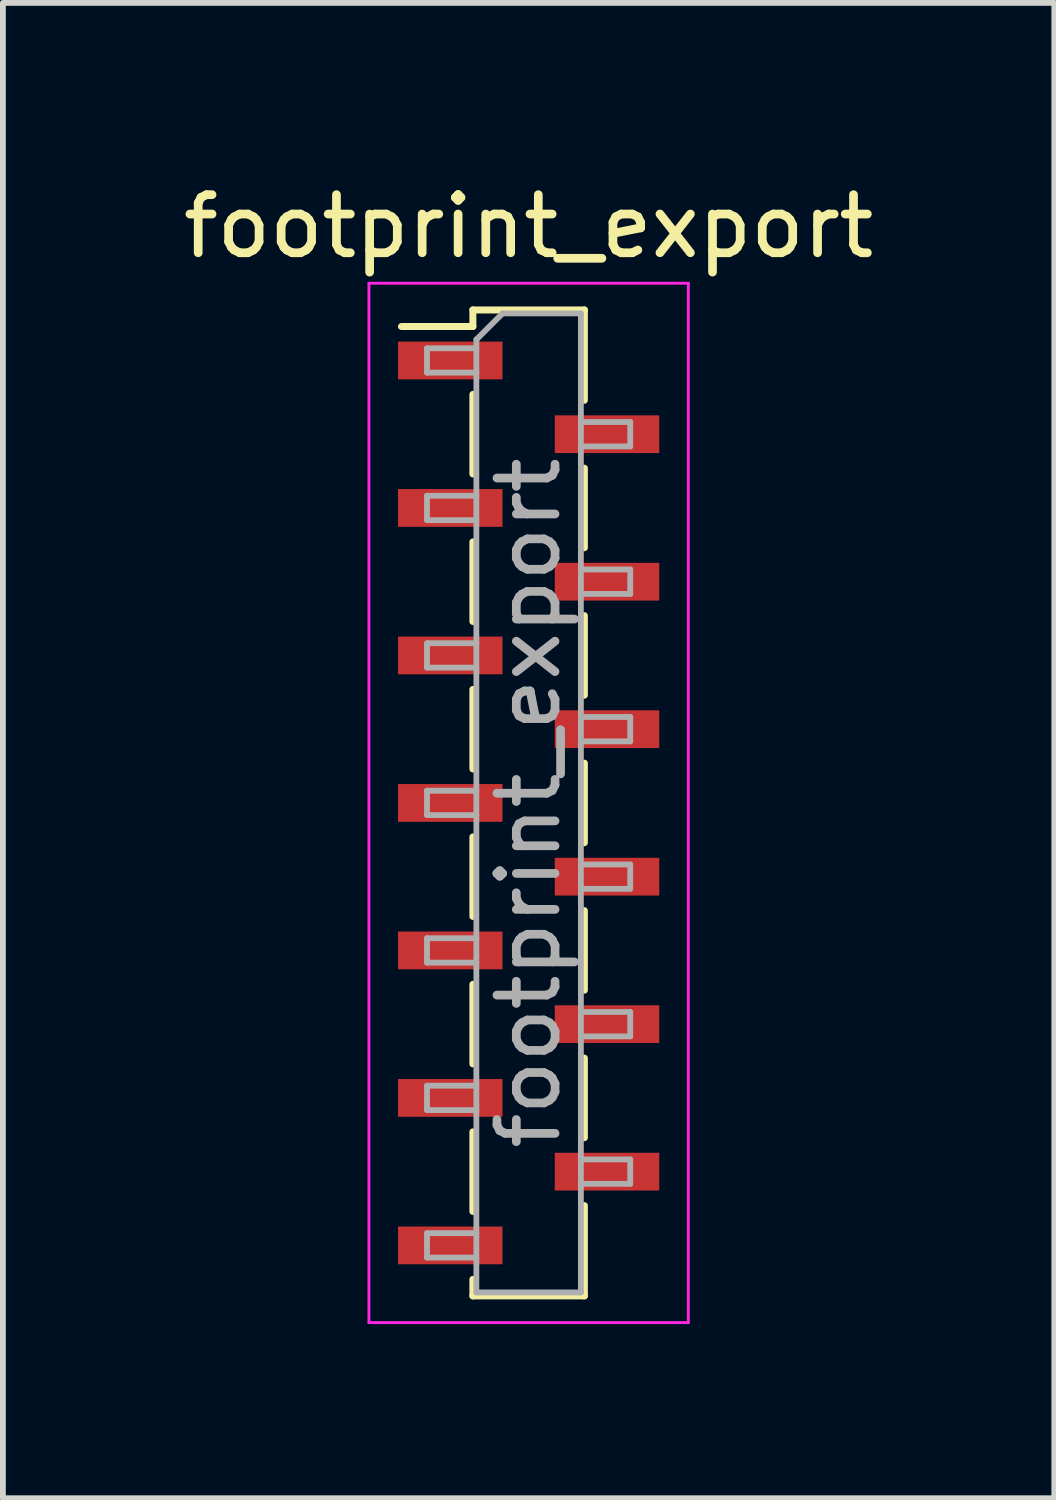
<source format=kicad_pcb>
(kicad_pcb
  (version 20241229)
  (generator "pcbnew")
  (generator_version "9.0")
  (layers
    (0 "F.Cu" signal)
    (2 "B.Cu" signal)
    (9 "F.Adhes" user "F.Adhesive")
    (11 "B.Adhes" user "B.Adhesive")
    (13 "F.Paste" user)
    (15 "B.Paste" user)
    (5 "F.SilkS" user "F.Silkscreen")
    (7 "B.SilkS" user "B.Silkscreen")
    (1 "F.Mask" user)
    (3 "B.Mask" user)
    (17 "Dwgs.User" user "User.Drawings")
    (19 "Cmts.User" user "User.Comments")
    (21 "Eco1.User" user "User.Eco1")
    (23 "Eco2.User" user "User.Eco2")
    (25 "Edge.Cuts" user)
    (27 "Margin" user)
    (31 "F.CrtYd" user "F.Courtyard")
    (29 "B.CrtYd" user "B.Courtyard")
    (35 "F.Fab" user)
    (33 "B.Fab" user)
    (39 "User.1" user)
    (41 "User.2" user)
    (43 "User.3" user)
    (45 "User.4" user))
  (footprint "footprint_export"
    (layer "F.Cu")
    (at 6.054 10.778)
    (property "Reference" "footprint_export" (at 0 -9.93 0) (layer "F.SilkS") (effects (font (size 1 1) (thickness 0.15))))
    (attr smd)
    (fp_line (start -2.19 -8.205) (end -0.96 -8.205) (stroke (width 0.12) (type solid)) (layer "F.SilkS"))
    (fp_line (start -0.96 -8.49) (end -0.96 -8.205) (stroke (width 0.12) (type solid)) (layer "F.SilkS"))
    (fp_line (start -0.96 -8.49) (end 0.96 -8.49) (stroke (width 0.12) (type solid)) (layer "F.SilkS"))
    (fp_line (start -0.96 -7.035) (end -0.96 -5.665) (stroke (width 0.12) (type solid)) (layer "F.SilkS"))
    (fp_line (start -0.96 -4.495) (end -0.96 -3.125) (stroke (width 0.12) (type solid)) (layer "F.SilkS"))
    (fp_line (start -0.96 -1.955) (end -0.96 -0.585) (stroke (width 0.12) (type solid)) (layer "F.SilkS"))
    (fp_line (start -0.96 0.585) (end -0.96 1.955) (stroke (width 0.12) (type solid)) (layer "F.SilkS"))
    (fp_line (start -0.96 3.125) (end -0.96 4.495) (stroke (width 0.12) (type solid)) (layer "F.SilkS"))
    (fp_line (start -0.96 5.665) (end -0.96 7.035) (stroke (width 0.12) (type solid)) (layer "F.SilkS"))
    (fp_line (start -0.96 8.205) (end -0.96 8.49) (stroke (width 0.12) (type solid)) (layer "F.SilkS"))
    (fp_line (start -0.96 8.49) (end 0.96 8.49) (stroke (width 0.12) (type solid)) (layer "F.SilkS"))
    (fp_line (start 0.96 -8.49) (end 0.96 -6.935) (stroke (width 0.12) (type solid)) (layer "F.SilkS"))
    (fp_line (start 0.96 -5.765) (end 0.96 -4.395) (stroke (width 0.12) (type solid)) (layer "F.SilkS"))
    (fp_line (start 0.96 -3.225) (end 0.96 -1.855) (stroke (width 0.12) (type solid)) (layer "F.SilkS"))
    (fp_line (start 0.96 -0.685) (end 0.96 0.685) (stroke (width 0.12) (type solid)) (layer "F.SilkS"))
    (fp_line (start 0.96 1.855) (end 0.96 3.225) (stroke (width 0.12) (type solid)) (layer "F.SilkS"))
    (fp_line (start 0.96 4.395) (end 0.96 5.765) (stroke (width 0.12) (type solid)) (layer "F.SilkS"))
    (fp_line (start 0.96 6.935) (end 0.96 8.49) (stroke (width 0.12) (type solid)) (layer "F.SilkS"))
    (fp_line (start -2.75 -8.95) (end 2.75 -8.95) (stroke (width 0.05) (type solid)) (layer "F.CrtYd"))
    (fp_line (start -2.75 8.95) (end -2.75 -8.95) (stroke (width 0.05) (type solid)) (layer "F.CrtYd"))
    (fp_line (start 2.75 -8.95) (end 2.75 8.95) (stroke (width 0.05) (type solid)) (layer "F.CrtYd"))
    (fp_line (start 2.75 8.95) (end -2.75 8.95) (stroke (width 0.05) (type solid)) (layer "F.CrtYd"))
    (fp_line (start -1.75 -7.83) (end -0.9 -7.83) (stroke (width 0.1) (type solid)) (layer "F.Fab"))
    (fp_line (start -1.75 -7.41) (end -1.75 -7.83) (stroke (width 0.1) (type solid)) (layer "F.Fab"))
    (fp_line (start -1.75 -5.29) (end -0.9 -5.29) (stroke (width 0.1) (type solid)) (layer "F.Fab"))
    (fp_line (start -1.75 -4.87) (end -1.75 -5.29) (stroke (width 0.1) (type solid)) (layer "F.Fab"))
    (fp_line (start -1.75 -2.75) (end -0.9 -2.75) (stroke (width 0.1) (type solid)) (layer "F.Fab"))
    (fp_line (start -1.75 -2.33) (end -1.75 -2.75) (stroke (width 0.1) (type solid)) (layer "F.Fab"))
    (fp_line (start -1.75 -0.21) (end -0.9 -0.21) (stroke (width 0.1) (type solid)) (layer "F.Fab"))
    (fp_line (start -1.75 0.21) (end -1.75 -0.21) (stroke (width 0.1) (type solid)) (layer "F.Fab"))
    (fp_line (start -1.75 2.33) (end -0.9 2.33) (stroke (width 0.1) (type solid)) (layer "F.Fab"))
    (fp_line (start -1.75 2.75) (end -1.75 2.33) (stroke (width 0.1) (type solid)) (layer "F.Fab"))
    (fp_line (start -1.75 4.87) (end -0.9 4.87) (stroke (width 0.1) (type solid)) (layer "F.Fab"))
    (fp_line (start -1.75 5.29) (end -1.75 4.87) (stroke (width 0.1) (type solid)) (layer "F.Fab"))
    (fp_line (start -1.75 7.41) (end -0.9 7.41) (stroke (width 0.1) (type solid)) (layer "F.Fab"))
    (fp_line (start -1.75 7.83) (end -1.75 7.41) (stroke (width 0.1) (type solid)) (layer "F.Fab"))
    (fp_line (start -0.9 -7.98) (end -0.45 -8.43) (stroke (width 0.1) (type solid)) (layer "F.Fab"))
    (fp_line (start -0.9 -7.41) (end -1.75 -7.41) (stroke (width 0.1) (type solid)) (layer "F.Fab"))
    (fp_line (start -0.9 -4.87) (end -1.75 -4.87) (stroke (width 0.1) (type solid)) (layer "F.Fab"))
    (fp_line (start -0.9 -2.33) (end -1.75 -2.33) (stroke (width 0.1) (type solid)) (layer "F.Fab"))
    (fp_line (start -0.9 0.21) (end -1.75 0.21) (stroke (width 0.1) (type solid)) (layer "F.Fab"))
    (fp_line (start -0.9 2.75) (end -1.75 2.75) (stroke (width 0.1) (type solid)) (layer "F.Fab"))
    (fp_line (start -0.9 5.29) (end -1.75 5.29) (stroke (width 0.1) (type solid)) (layer "F.Fab"))
    (fp_line (start -0.9 7.83) (end -1.75 7.83) (stroke (width 0.1) (type solid)) (layer "F.Fab"))
    (fp_line (start -0.9 8.43) (end -0.9 -7.98) (stroke (width 0.1) (type solid)) (layer "F.Fab"))
    (fp_line (start -0.45 -8.43) (end 0.9 -8.43) (stroke (width 0.1) (type solid)) (layer "F.Fab"))
    (fp_line (start 0.9 -8.43) (end 0.9 8.43) (stroke (width 0.1) (type solid)) (layer "F.Fab"))
    (fp_line (start 0.9 -6.56) (end 1.75 -6.56) (stroke (width 0.1) (type solid)) (layer "F.Fab"))
    (fp_line (start 0.9 -4.02) (end 1.75 -4.02) (stroke (width 0.1) (type solid)) (layer "F.Fab"))
    (fp_line (start 0.9 -1.48) (end 1.75 -1.48) (stroke (width 0.1) (type solid)) (layer "F.Fab"))
    (fp_line (start 0.9 1.06) (end 1.75 1.06) (stroke (width 0.1) (type solid)) (layer "F.Fab"))
    (fp_line (start 0.9 3.6) (end 1.75 3.6) (stroke (width 0.1) (type solid)) (layer "F.Fab"))
    (fp_line (start 0.9 6.14) (end 1.75 6.14) (stroke (width 0.1) (type solid)) (layer "F.Fab"))
    (fp_line (start 0.9 8.43) (end -0.9 8.43) (stroke (width 0.1) (type solid)) (layer "F.Fab"))
    (fp_line (start 1.75 -6.56) (end 1.75 -6.14) (stroke (width 0.1) (type solid)) (layer "F.Fab"))
    (fp_line (start 1.75 -6.14) (end 0.9 -6.14) (stroke (width 0.1) (type solid)) (layer "F.Fab"))
    (fp_line (start 1.75 -4.02) (end 1.75 -3.6) (stroke (width 0.1) (type solid)) (layer "F.Fab"))
    (fp_line (start 1.75 -3.6) (end 0.9 -3.6) (stroke (width 0.1) (type solid)) (layer "F.Fab"))
    (fp_line (start 1.75 -1.48) (end 1.75 -1.06) (stroke (width 0.1) (type solid)) (layer "F.Fab"))
    (fp_line (start 1.75 -1.06) (end 0.9 -1.06) (stroke (width 0.1) (type solid)) (layer "F.Fab"))
    (fp_line (start 1.75 1.06) (end 1.75 1.48) (stroke (width 0.1) (type solid)) (layer "F.Fab"))
    (fp_line (start 1.75 1.48) (end 0.9 1.48) (stroke (width 0.1) (type solid)) (layer "F.Fab"))
    (fp_line (start 1.75 3.6) (end 1.75 4.02) (stroke (width 0.1) (type solid)) (layer "F.Fab"))
    (fp_line (start 1.75 4.02) (end 0.9 4.02) (stroke (width 0.1) (type solid)) (layer "F.Fab"))
    (fp_line (start 1.75 6.14) (end 1.75 6.56) (stroke (width 0.1) (type solid)) (layer "F.Fab"))
    (fp_line (start 1.75 6.56) (end 0.9 6.56) (stroke (width 0.1) (type solid)) (layer "F.Fab"))
    (fp_text user "${REFERENCE}" (at 0 0 90) (layer "F.Fab") (effects (font (size 1 1) (thickness 0.15))))
    (pad "1" smd rect (at -1.35 -7.62) (size 1.8 0.65) (layers "F.Cu" "F.Mask" "F.Paste"))
    (pad "2" smd rect (at 1.35 -6.35) (size 1.8 0.65) (layers "F.Cu" "F.Mask" "F.Paste"))
    (pad "3" smd rect (at -1.35 -5.08) (size 1.8 0.65) (layers "F.Cu" "F.Mask" "F.Paste"))
    (pad "4" smd rect (at 1.35 -3.81) (size 1.8 0.65) (layers "F.Cu" "F.Mask" "F.Paste"))
    (pad "5" smd rect (at -1.35 -2.54) (size 1.8 0.65) (layers "F.Cu" "F.Mask" "F.Paste"))
    (pad "6" smd rect (at 1.35 -1.27) (size 1.8 0.65) (layers "F.Cu" "F.Mask" "F.Paste"))
    (pad "7" smd rect (at -1.35 0) (size 1.8 0.65) (layers "F.Cu" "F.Mask" "F.Paste"))
    (pad "8" smd rect (at 1.35 1.27) (size 1.8 0.65) (layers "F.Cu" "F.Mask" "F.Paste"))
    (pad "9" smd rect (at -1.35 2.54) (size 1.8 0.65) (layers "F.Cu" "F.Mask" "F.Paste"))
    (pad "10" smd rect (at 1.35 3.81) (size 1.8 0.65) (layers "F.Cu" "F.Mask" "F.Paste"))
    (pad "11" smd rect (at -1.35 5.08) (size 1.8 0.65) (layers "F.Cu" "F.Mask" "F.Paste"))
    (pad "12" smd rect (at 1.35 6.35) (size 1.8 0.65) (layers "F.Cu" "F.Mask" "F.Paste"))
    (pad "13" smd rect (at -1.35 7.62) (size 1.8 0.65) (layers "F.Cu" "F.Mask" "F.Paste")))
  (gr_rect
    (start -3 -3)
    (end 15.107 22.753)
    (stroke (width 0.1) (type default))
    (fill no)
    (layer "Edge.Cuts")))
</source>
